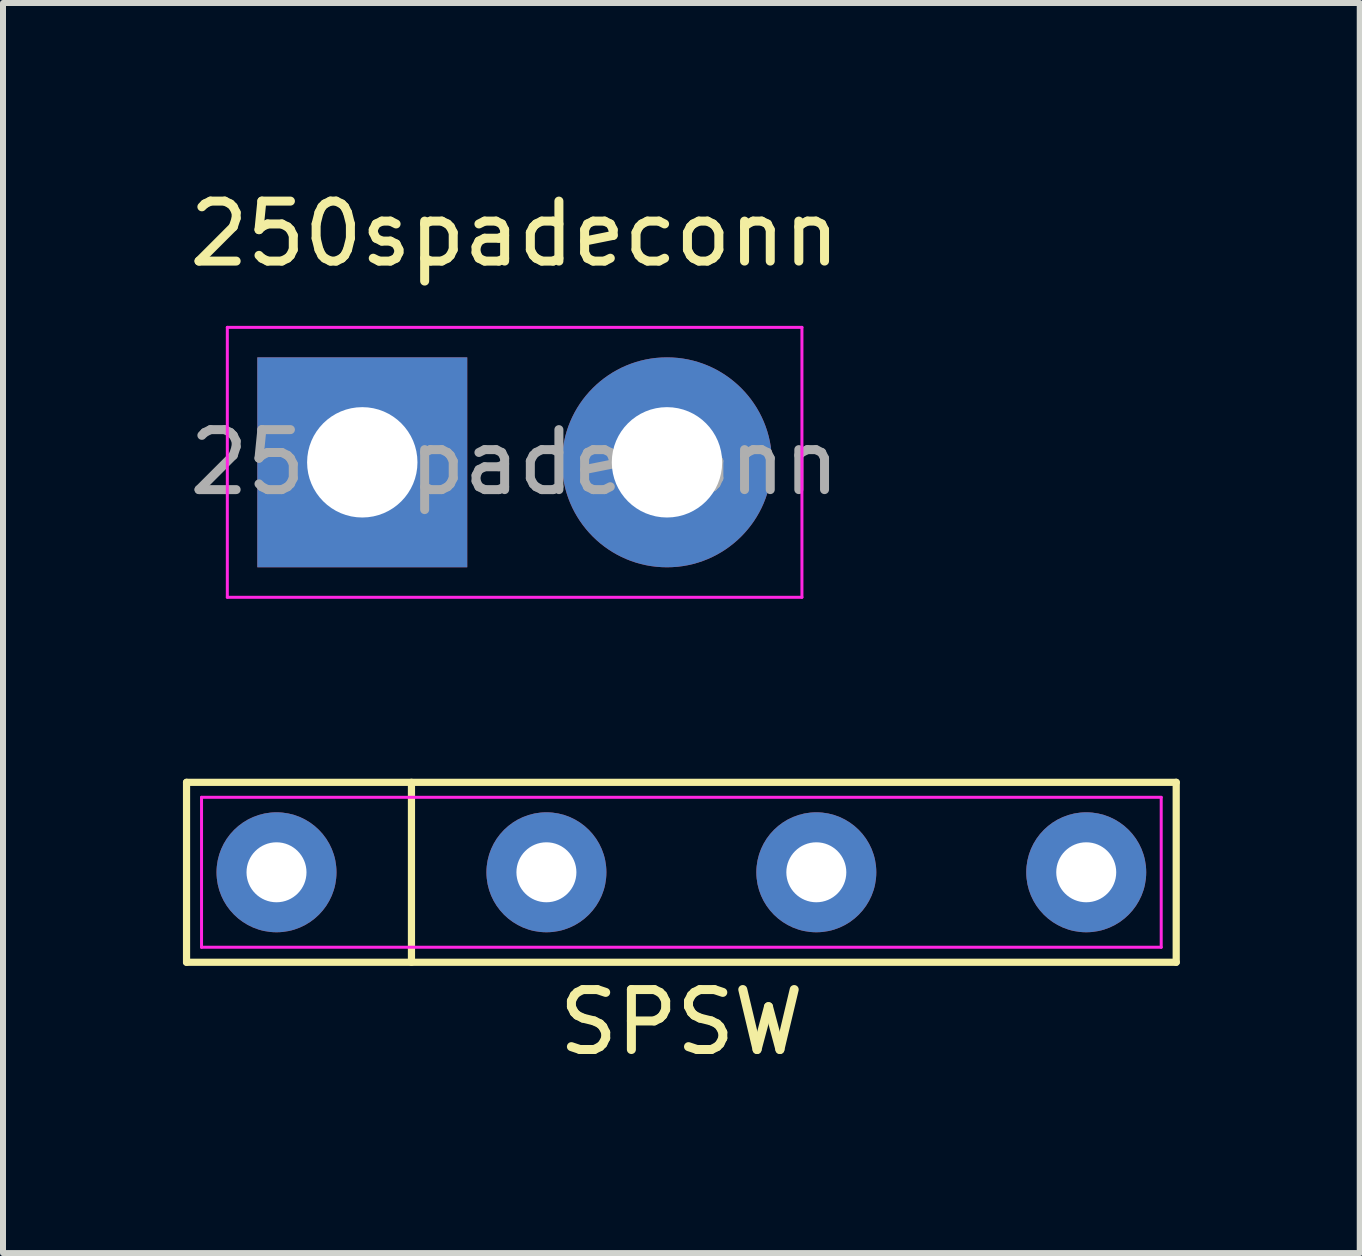
<source format=kicad_pcb>
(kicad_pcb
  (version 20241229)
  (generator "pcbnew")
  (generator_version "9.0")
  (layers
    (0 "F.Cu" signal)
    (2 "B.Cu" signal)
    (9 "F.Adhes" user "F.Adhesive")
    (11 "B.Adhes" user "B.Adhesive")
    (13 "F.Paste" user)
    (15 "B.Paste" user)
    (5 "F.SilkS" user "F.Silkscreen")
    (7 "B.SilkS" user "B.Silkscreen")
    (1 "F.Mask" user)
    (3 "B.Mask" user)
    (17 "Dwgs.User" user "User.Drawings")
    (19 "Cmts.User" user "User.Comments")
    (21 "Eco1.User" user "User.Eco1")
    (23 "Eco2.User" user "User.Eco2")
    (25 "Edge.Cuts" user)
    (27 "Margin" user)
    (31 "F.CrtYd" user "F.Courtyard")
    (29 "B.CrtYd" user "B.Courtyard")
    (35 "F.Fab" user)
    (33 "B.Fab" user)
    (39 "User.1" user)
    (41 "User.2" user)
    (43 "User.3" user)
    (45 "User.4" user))
  (footprint "SPSW"
    (layer "F.Cu")
    (at 8.31 11.493)
    (property "Reference" "SPSW" (at 0 2.5 0) (layer "F.SilkS") (effects (font (size 1 1) (thickness 0.15))))
    (attr through_hole)
    (fp_line (start -8.25 -1.5) (end 8.25 -1.5) (stroke (width 0.12) (type solid)) (layer "F.SilkS"))
    (fp_line (start -8.25 1.5) (end -8.25 -1.5) (stroke (width 0.12) (type solid)) (layer "F.SilkS"))
    (fp_line (start -4.5 -1.5) (end -4.5 1.5) (stroke (width 0.12) (type solid)) (layer "F.SilkS"))
    (fp_line (start 8.25 -1.5) (end 8.25 1.5) (stroke (width 0.12) (type solid)) (layer "F.SilkS"))
    (fp_line (start 8.25 1.5) (end -8.25 1.5) (stroke (width 0.12) (type solid)) (layer "F.SilkS"))
    (fp_line (start -8 -1.25) (end 8 -1.25) (stroke (width 0.05) (type solid)) (layer "F.CrtYd"))
    (fp_line (start -8 1.25) (end -8 -1.25) (stroke (width 0.05) (type solid)) (layer "F.CrtYd"))
    (fp_line (start 8 -1.25) (end 8 1.25) (stroke (width 0.05) (type solid)) (layer "F.CrtYd"))
    (fp_line (start 8 1.25) (end -8 1.25) (stroke (width 0.05) (type solid)) (layer "F.CrtYd"))
    (pad "1" thru_hole circle (at -6.75 0) (size 2 2) (drill 1) (layers "*.Cu" "*.Mask"))
    (pad "1" thru_hole circle (at -2.25 0) (size 2 2) (drill 1) (layers "*.Cu" "*.Mask"))
    (pad "2" thru_hole circle (at 2.25 0) (size 2 2) (drill 1) (layers "*.Cu" "*.Mask"))
    (pad "2" thru_hole circle (at 6.75 0) (size 2 2) (drill 1) (layers "*.Cu" "*.Mask")))
  (footprint "250spadeconn"
    (layer "F.Cu")
    (at 2.99 4.658)
    (property "Reference" "250spadeconn" (at 2.54 -3.81 0) (layer "F.SilkS") (effects (font (size 1 1) (thickness 0.15))))
    (attr through_hole)
    (fp_line (start -2.25 -2.25) (end -2.25 2.25) (stroke (width 0.05) (type solid)) (layer "F.CrtYd"))
    (fp_line (start -2.25 -2.25) (end 7.33 -2.25) (stroke (width 0.05) (type solid)) (layer "F.CrtYd"))
    (fp_line (start 7.33 2.25) (end -2.25 2.25) (stroke (width 0.05) (type solid)) (layer "F.CrtYd"))
    (fp_line (start 7.33 2.25) (end 7.33 -2.25) (stroke (width 0.05) (type solid)) (layer "F.CrtYd"))
    (fp_text user "${REFERENCE}" (at 2.54 0 0) (layer "F.Fab") (effects (font (size 1 1) (thickness 0.15))))
    (pad "1" thru_hole rect (at 0 0) (size 3.5 3.5) (drill 1.84) (layers "*.Cu" "*.Mask"))
    (pad "1" thru_hole circle (at 5.08 0) (size 3.5 3.5) (drill 1.84) (layers "*.Cu" "*.Mask")))
  (gr_rect
    (start -3 -3)
    (end 19.62 17.841)
    (stroke (width 0.1) (type default))
    (fill no)
    (layer "Edge.Cuts")))
</source>
